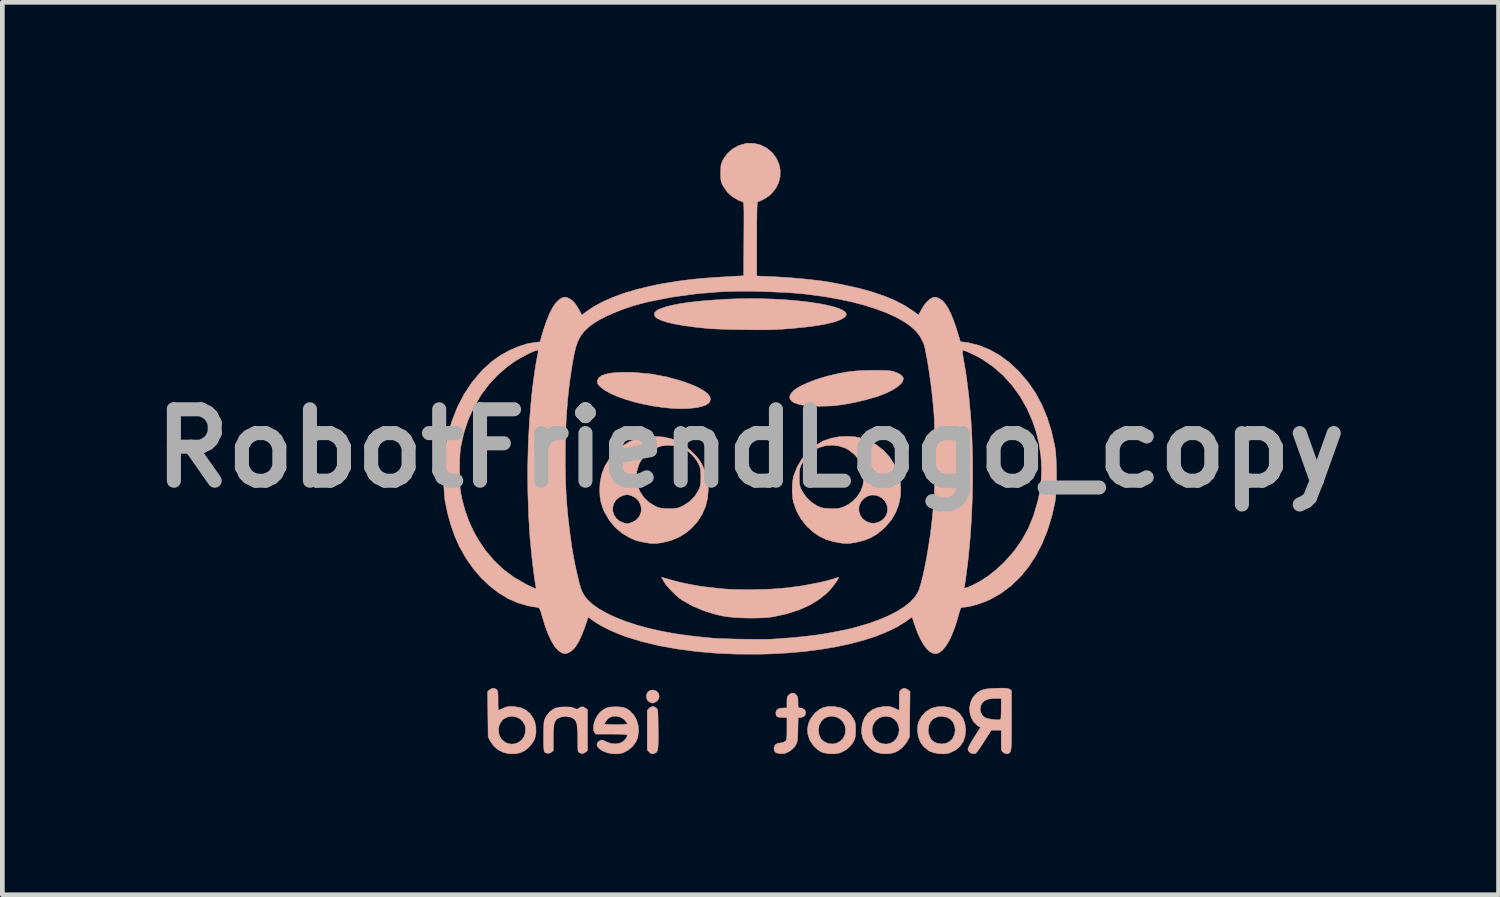
<source format=kicad_pcb>
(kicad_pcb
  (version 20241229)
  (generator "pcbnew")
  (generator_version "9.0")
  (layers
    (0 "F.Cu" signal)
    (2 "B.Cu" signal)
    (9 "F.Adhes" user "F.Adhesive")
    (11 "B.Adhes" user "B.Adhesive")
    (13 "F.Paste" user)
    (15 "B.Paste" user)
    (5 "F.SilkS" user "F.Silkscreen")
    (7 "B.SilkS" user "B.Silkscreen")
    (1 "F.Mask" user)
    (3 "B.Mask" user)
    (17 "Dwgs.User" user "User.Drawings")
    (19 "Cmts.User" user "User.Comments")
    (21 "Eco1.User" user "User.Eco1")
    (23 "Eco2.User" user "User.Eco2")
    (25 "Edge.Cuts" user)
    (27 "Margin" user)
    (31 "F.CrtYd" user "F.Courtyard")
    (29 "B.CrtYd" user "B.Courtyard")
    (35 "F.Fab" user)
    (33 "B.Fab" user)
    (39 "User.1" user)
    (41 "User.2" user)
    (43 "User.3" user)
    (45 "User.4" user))
  (footprint "RobotFriendLogo_copy"
    (layer "F.Cu")
    (at 12.961 7.47)
    (property "Reference" "RobotFriendLogo_copy" (at 0 -0.953 0) (layer "F.Fab") (effects (font (size 1.524 1.524) (thickness 0.3))))
    (attr through_hole)
    (fp_poly (pts (xy -1.696 4.554) (xy -1.763 4.569) (xy -1.809 4.594) (xy -1.814 4.6) (xy -1.841 4.643) (xy -1.84 4.681) (xy -1.813 4.723) (xy -1.791 4.744) (xy -1.763 4.756) (xy -1.72 4.762) (xy -1.664 4.763) (xy -1.56 4.773) (xy -1.483 4.801) (xy -1.432 4.848) (xy -1.411 4.89) (xy -1.403 4.932) (xy -1.396 5.003) (xy -1.392 5.098) (xy -1.39 5.213) (xy -1.389 5.231) (xy -1.389 5.336) (xy -1.388 5.411) (xy -1.385 5.463) (xy -1.38 5.497) (xy -1.373 5.518) (xy -1.362 5.532) (xy -1.351 5.54) (xy -1.301 5.564) (xy -1.255 5.558) (xy -1.213 5.532) (xy -1.168 5.497) (xy -1.168 5.061) (xy -1.169 4.915) (xy -1.17 4.801) (xy -1.173 4.715) (xy -1.177 4.654) (xy -1.183 4.615) (xy -1.19 4.597) (xy -1.232 4.566) (xy -1.286 4.557) (xy -1.34 4.571) (xy -1.354 4.581) (xy -1.38 4.6) (xy -1.402 4.605) (xy -1.432 4.597) (xy -1.47 4.581) (xy -1.54 4.559) (xy -1.619 4.551) (xy -1.696 4.554)) (stroke (width 0.01) (type solid)) (fill yes) (layer "F.Mask"))
    (fp_poly (pts (xy -0.665 4.161) (xy -0.767 4.162) (xy -0.844 4.163) (xy -0.9 4.166) (xy -0.94 4.17) (xy -0.967 4.176) (xy -0.986 4.183) (xy -1.001 4.194) (xy -1.005 4.196) (xy -1.042 4.243) (xy -1.047 4.294) (xy -1.02 4.344) (xy -1.016 4.348) (xy -1.003 4.359) (xy -0.986 4.367) (xy -0.96 4.373) (xy -0.922 4.377) (xy -0.866 4.38) (xy -0.787 4.381) (xy -0.681 4.381) (xy -0.618 4.381) (xy -0.254 4.381) (xy -0.254 4.754) (xy -0.522 4.754) (xy -0.625 4.754) (xy -0.699 4.756) (xy -0.75 4.759) (xy -0.783 4.765) (xy -0.804 4.773) (xy -0.818 4.785) (xy -0.819 4.785) (xy -0.843 4.835) (xy -0.841 4.891) (xy -0.813 4.94) (xy -0.797 4.953) (xy -0.777 4.962) (xy -0.746 4.968) (xy -0.699 4.972) (xy -0.631 4.974) (xy -0.535 4.974) (xy -0.516 4.974) (xy -0.254 4.974) (xy -0.254 5.497) (xy -0.209 5.532) (xy -0.169 5.559) (xy -0.134 5.563) (xy -0.089 5.549) (xy -0.054 5.522) (xy -0.033 5.488) (xy -0.028 5.458) (xy -0.024 5.395) (xy -0.022 5.302) (xy -0.02 5.18) (xy -0.02 5.031) (xy -0.02 4.857) (xy -0.021 4.835) (xy -0.025 4.226) (xy -0.065 4.194) (xy -0.08 4.184) (xy -0.098 4.176) (xy -0.125 4.17) (xy -0.165 4.166) (xy -0.221 4.164) (xy -0.298 4.162) (xy -0.401 4.162) (xy -0.533 4.161) (xy -0.665 4.161)) (stroke (width 0.01) (type solid)) (fill yes) (layer "F.Mask"))
    (fp_poly (pts (xy -2.14 4.211) (xy -2.187 4.243) (xy -2.215 4.293) (xy -2.218 4.323) (xy -2.213 4.386) (xy -2.192 4.427) (xy -2.152 4.457) (xy -2.149 4.458) (xy -2.109 4.477) (xy -2.08 4.48) (xy -2.049 4.471) (xy -1.992 4.436) (xy -1.957 4.386) (xy -1.947 4.33) (xy -1.961 4.275) (xy -2.001 4.229) (xy -2.019 4.219) (xy -2.082 4.201) (xy -2.14 4.211)) (stroke (width 0.01) (type solid)) (fill yes) (layer "B.SilkS"))
    (fp_poly (pts (xy -2.114 4.559) (xy -2.16 4.592) (xy -2.201 4.634) (xy -2.201 5.484) (xy -2.16 5.525) (xy -2.121 5.557) (xy -2.084 5.564) (xy -2.036 5.549) (xy -2.014 5.538) (xy -1.997 5.519) (xy -1.985 5.491) (xy -1.976 5.448) (xy -1.97 5.387) (xy -1.967 5.305) (xy -1.966 5.197) (xy -1.967 5.06) (xy -1.968 5.029) (xy -1.969 4.9) (xy -1.971 4.801) (xy -1.973 4.727) (xy -1.976 4.674) (xy -1.981 4.639) (xy -1.987 4.615) (xy -1.995 4.6) (xy -2.006 4.589) (xy -2.013 4.583) (xy -2.065 4.555) (xy -2.114 4.559)) (stroke (width 0.01) (type solid)) (fill yes) (layer "B.SilkS"))
    (fp_poly (pts (xy -2.832 -2.573) (xy -2.979 -2.559) (xy -3.095 -2.535) (xy -3.181 -2.502) (xy -3.237 -2.458) (xy -3.263 -2.404) (xy -3.265 -2.39) (xy -3.264 -2.353) (xy -3.252 -2.322) (xy -3.222 -2.286) (xy -3.194 -2.26) (xy -3.099 -2.189) (xy -2.975 -2.12) (xy -2.827 -2.056) (xy -2.659 -1.997) (xy -2.476 -1.943) (xy -2.283 -1.897) (xy -2.084 -1.858) (xy -1.884 -1.829) (xy -1.688 -1.809) (xy -1.501 -1.8) (xy -1.327 -1.804) (xy -1.171 -1.82) (xy -1.142 -1.825) (xy -1.031 -1.85) (xy -0.95 -1.879) (xy -0.895 -1.914) (xy -0.872 -1.942) (xy -0.852 -1.998) (xy -0.866 -2.057) (xy -0.912 -2.118) (xy -0.99 -2.18) (xy -1.1 -2.244) (xy -1.24 -2.307) (xy -1.411 -2.371) (xy -1.439 -2.381) (xy -1.785 -2.479) (xy -2.136 -2.543) (xy -2.494 -2.575) (xy -2.652 -2.578) (xy -2.832 -2.573)) (stroke (width 0.01) (type solid)) (fill yes) (layer "B.SilkS"))
    (fp_poly (pts (xy 2.423 -2.616) (xy 2.234 -2.604) (xy 2.056 -2.583) (xy 1.876 -2.55) (xy 1.683 -2.505) (xy 1.636 -2.493) (xy 1.487 -2.45) (xy 1.342 -2.4) (xy 1.208 -2.347) (xy 1.09 -2.292) (xy 0.994 -2.239) (xy 0.929 -2.192) (xy 0.868 -2.126) (xy 0.84 -2.066) (xy 0.843 -2.012) (xy 0.876 -1.965) (xy 0.939 -1.925) (xy 1.03 -1.894) (xy 1.148 -1.87) (xy 1.292 -1.857) (xy 1.461 -1.853) (xy 1.49 -1.853) (xy 1.574 -1.855) (xy 1.654 -1.857) (xy 1.718 -1.86) (xy 1.744 -1.861) (xy 1.903 -1.878) (xy 2.082 -1.906) (xy 2.271 -1.944) (xy 2.459 -1.989) (xy 2.637 -2.039) (xy 2.765 -2.081) (xy 2.904 -2.137) (xy 3.024 -2.196) (xy 3.123 -2.257) (xy 3.197 -2.318) (xy 3.245 -2.377) (xy 3.263 -2.432) (xy 3.26 -2.46) (xy 3.228 -2.507) (xy 3.166 -2.55) (xy 3.076 -2.587) (xy 3.068 -2.589) (xy 3.027 -2.6) (xy 2.98 -2.608) (xy 2.921 -2.614) (xy 2.845 -2.617) (xy 2.746 -2.619) (xy 2.633 -2.619) (xy 2.423 -2.616)) (stroke (width 0.01) (type solid)) (fill yes) (layer "B.SilkS"))
    (fp_poly (pts (xy 3.982 4.56) (xy 3.858 4.595) (xy 3.752 4.658) (xy 3.665 4.748) (xy 3.612 4.835) (xy 3.586 4.897) (xy 3.571 4.954) (xy 3.566 5.023) (xy 3.565 5.058) (xy 3.58 5.192) (xy 3.624 5.31) (xy 3.696 5.409) (xy 3.794 5.489) (xy 3.834 5.512) (xy 3.913 5.54) (xy 4.008 5.558) (xy 4.108 5.565) (xy 4.199 5.558) (xy 4.252 5.544) (xy 4.376 5.483) (xy 4.472 5.403) (xy 4.54 5.303) (xy 4.58 5.184) (xy 4.591 5.059) (xy 4.591 5.058) (xy 4.369 5.058) (xy 4.354 5.157) (xy 4.314 5.239) (xy 4.252 5.301) (xy 4.174 5.34) (xy 4.083 5.353) (xy 3.986 5.338) (xy 3.932 5.318) (xy 3.871 5.272) (xy 3.825 5.202) (xy 3.798 5.117) (xy 3.793 5.06) (xy 3.807 4.956) (xy 3.847 4.872) (xy 3.91 4.81) (xy 3.995 4.773) (xy 4.079 4.763) (xy 4.179 4.778) (xy 4.261 4.82) (xy 4.322 4.886) (xy 4.359 4.973) (xy 4.369 5.058) (xy 4.591 5.058) (xy 4.577 4.923) (xy 4.534 4.805) (xy 4.466 4.707) (xy 4.373 4.631) (xy 4.26 4.58) (xy 4.126 4.555) (xy 4.121 4.555) (xy 3.982 4.56)) (stroke (width 0.01) (type solid)) (fill yes) (layer "B.SilkS"))
    (fp_poly (pts (xy -0.22 -4.147) (xy -0.456 -4.139) (xy -0.474 -4.138) (xy -0.773 -4.12) (xy -1.044 -4.098) (xy -1.284 -4.072) (xy -1.495 -4.042) (xy -1.674 -4.007) (xy -1.822 -3.969) (xy -1.937 -3.926) (xy -2.005 -3.89) (xy -2.043 -3.849) (xy -2.05 -3.803) (xy -2.027 -3.757) (xy -1.994 -3.729) (xy -1.903 -3.686) (xy -1.779 -3.645) (xy -1.621 -3.608) (xy -1.429 -3.574) (xy -1.204 -3.543) (xy -0.946 -3.516) (xy -0.889 -3.51) (xy -0.818 -3.505) (xy -0.718 -3.501) (xy -0.597 -3.496) (xy -0.459 -3.492) (xy -0.31 -3.489) (xy -0.157 -3.486) (xy -0.005 -3.484) (xy 0.14 -3.483) (xy 0.273 -3.483) (xy 0.387 -3.484) (xy 0.457 -3.486) (xy 0.673 -3.496) (xy 0.907 -3.514) (xy 1.144 -3.538) (xy 1.37 -3.566) (xy 1.456 -3.579) (xy 1.615 -3.608) (xy 1.752 -3.641) (xy 1.866 -3.677) (xy 1.954 -3.716) (xy 2.014 -3.756) (xy 2.043 -3.796) (xy 2.046 -3.819) (xy 2.023 -3.861) (xy 1.969 -3.9) (xy 1.886 -3.938) (xy 1.777 -3.974) (xy 1.644 -4.007) (xy 1.49 -4.038) (xy 1.316 -4.065) (xy 1.126 -4.09) (xy 0.922 -4.11) (xy 0.707 -4.127) (xy 0.482 -4.139) (xy 0.251 -4.146) (xy 0.016 -4.149) (xy -0.22 -4.147)) (stroke (width 0.01) (type solid)) (fill yes) (layer "B.SilkS"))
    (fp_poly (pts (xy 1.656 4.555) (xy 1.557 4.576) (xy 1.469 4.619) (xy 1.384 4.689) (xy 1.371 4.702) (xy 1.289 4.806) (xy 1.237 4.92) (xy 1.217 5.039) (xy 1.228 5.159) (xy 1.269 5.276) (xy 1.342 5.384) (xy 1.372 5.417) (xy 1.436 5.476) (xy 1.493 5.514) (xy 1.554 5.539) (xy 1.558 5.54) (xy 1.668 5.561) (xy 1.784 5.564) (xy 1.891 5.548) (xy 1.934 5.534) (xy 2.05 5.472) (xy 2.143 5.385) (xy 2.194 5.31) (xy 2.218 5.264) (xy 2.232 5.223) (xy 2.24 5.177) (xy 2.243 5.116) (xy 2.244 5.06) (xy 2.032 5.06) (xy 2.017 5.155) (xy 1.976 5.236) (xy 1.915 5.297) (xy 1.838 5.338) (xy 1.752 5.354) (xy 1.661 5.344) (xy 1.572 5.303) (xy 1.571 5.303) (xy 1.505 5.245) (xy 1.466 5.17) (xy 1.451 5.074) (xy 1.451 5.057) (xy 1.465 4.958) (xy 1.506 4.875) (xy 1.568 4.812) (xy 1.646 4.772) (xy 1.737 4.76) (xy 1.811 4.771) (xy 1.902 4.811) (xy 1.972 4.876) (xy 2.016 4.96) (xy 2.032 5.059) (xy 2.032 5.06) (xy 2.244 5.06) (xy 2.244 5.059) (xy 2.243 4.98) (xy 2.238 4.925) (xy 2.229 4.882) (xy 2.211 4.841) (xy 2.194 4.808) (xy 2.121 4.704) (xy 2.031 4.628) (xy 1.922 4.579) (xy 1.793 4.556) (xy 1.776 4.554) (xy 1.656 4.555)) (stroke (width 0.01) (type solid)) (fill yes) (layer "B.SilkS"))
    (fp_poly (pts (xy -3.616 4.557) (xy -3.66 4.583) (xy -3.689 4.604) (xy -3.714 4.605) (xy -3.751 4.587) (xy -3.806 4.569) (xy -3.884 4.559) (xy -3.972 4.557) (xy -4.061 4.563) (xy -4.139 4.577) (xy -4.191 4.596) (xy -4.288 4.665) (xy -4.36 4.758) (xy -4.384 4.805) (xy -4.397 4.835) (xy -4.406 4.868) (xy -4.412 4.909) (xy -4.416 4.964) (xy -4.418 5.038) (xy -4.419 5.137) (xy -4.419 5.196) (xy -4.419 5.312) (xy -4.418 5.398) (xy -4.414 5.459) (xy -4.407 5.501) (xy -4.395 5.527) (xy -4.378 5.543) (xy -4.354 5.553) (xy -4.334 5.558) (xy -4.286 5.556) (xy -4.245 5.533) (xy -4.199 5.497) (xy -4.199 5.226) (xy -4.198 5.103) (xy -4.194 5.009) (xy -4.185 4.939) (xy -4.17 4.888) (xy -4.148 4.85) (xy -4.118 4.821) (xy -4.095 4.805) (xy -4.024 4.778) (xy -3.939 4.77) (xy -3.855 4.781) (xy -3.796 4.805) (xy -3.761 4.831) (xy -3.734 4.862) (xy -3.715 4.903) (xy -3.703 4.96) (xy -3.695 5.037) (xy -3.692 5.139) (xy -3.691 5.235) (xy -3.691 5.338) (xy -3.69 5.413) (xy -3.688 5.465) (xy -3.683 5.498) (xy -3.676 5.519) (xy -3.665 5.532) (xy -3.654 5.54) (xy -3.604 5.564) (xy -3.558 5.558) (xy -3.516 5.532) (xy -3.471 5.497) (xy -3.471 4.621) (xy -3.516 4.586) (xy -3.569 4.556) (xy -3.616 4.557)) (stroke (width 0) (type solid)) (fill yes) (layer "B.SilkS"))
    (fp_poly (pts (xy -1.85 1.881) (xy -1.808 1.945) (xy -1.745 2.021) (xy -1.669 2.102) (xy -1.588 2.18) (xy -1.508 2.247) (xy -1.454 2.286) (xy -1.235 2.41) (xy -0.992 2.513) (xy -0.726 2.593) (xy -0.597 2.622) (xy -0.482 2.64) (xy -0.343 2.654) (xy -0.189 2.663) (xy -0.028 2.667) (xy 0.132 2.666) (xy 0.282 2.661) (xy 0.413 2.65) (xy 0.502 2.637) (xy 0.782 2.574) (xy 1.034 2.493) (xy 1.258 2.394) (xy 1.453 2.277) (xy 1.621 2.143) (xy 1.64 2.124) (xy 1.69 2.073) (xy 1.739 2.016) (xy 1.785 1.957) (xy 1.826 1.901) (xy 1.857 1.853) (xy 1.877 1.816) (xy 1.881 1.796) (xy 1.867 1.797) (xy 1.862 1.8) (xy 1.832 1.812) (xy 1.775 1.83) (xy 1.7 1.852) (xy 1.614 1.875) (xy 1.524 1.897) (xy 1.465 1.91) (xy 1.129 1.975) (xy 0.793 2.021) (xy 0.448 2.049) (xy 0.083 2.061) (xy -0.008 2.062) (xy -0.132 2.061) (xy -0.256 2.059) (xy -0.372 2.055) (xy -0.473 2.051) (xy -0.55 2.046) (xy -0.562 2.045) (xy -0.723 2.029) (xy -0.865 2.013) (xy -0.985 1.999) (xy -1.078 1.987) (xy -1.135 1.977) (xy -1.194 1.966) (xy -1.267 1.952) (xy -1.321 1.942) (xy -1.412 1.923) (xy -1.522 1.898) (xy -1.637 1.869) (xy -1.743 1.84) (xy -1.816 1.819) (xy -1.897 1.794) (xy -1.85 1.881)) (stroke (width 0.01) (type solid)) (fill yes) (layer "B.SilkS"))
    (fp_poly (pts (xy 0.831 4.295) (xy 0.82 4.305) (xy 0.798 4.331) (xy 0.785 4.362) (xy 0.78 4.408) (xy 0.779 4.465) (xy 0.779 4.585) (xy 0.698 4.585) (xy 0.619 4.594) (xy 0.568 4.622) (xy 0.544 4.669) (xy 0.542 4.692) (xy 0.548 4.74) (xy 0.57 4.77) (xy 0.614 4.784) (xy 0.681 4.788) (xy 0.779 4.788) (xy 0.779 5.025) (xy 0.779 5.12) (xy 0.777 5.188) (xy 0.773 5.233) (xy 0.766 5.263) (xy 0.756 5.283) (xy 0.745 5.296) (xy 0.693 5.324) (xy 0.645 5.33) (xy 0.575 5.342) (xy 0.527 5.376) (xy 0.504 5.428) (xy 0.502 5.446) (xy 0.51 5.493) (xy 0.529 5.527) (xy 0.566 5.547) (xy 0.624 5.558) (xy 0.688 5.561) (xy 0.745 5.552) (xy 0.749 5.551) (xy 0.849 5.502) (xy 0.93 5.429) (xy 0.961 5.383) (xy 0.979 5.351) (xy 0.992 5.321) (xy 1 5.286) (xy 1.006 5.24) (xy 1.01 5.176) (xy 1.012 5.088) (xy 1.013 5.046) (xy 1.019 4.788) (xy 1.076 4.788) (xy 1.132 4.774) (xy 1.168 4.736) (xy 1.179 4.683) (xy 1.176 4.662) (xy 1.148 4.614) (xy 1.097 4.588) (xy 1.059 4.585) (xy 1.037 4.583) (xy 1.024 4.573) (xy 1.018 4.547) (xy 1.016 4.498) (xy 1.016 4.468) (xy 1.014 4.398) (xy 1.004 4.35) (xy 0.986 4.315) (xy 0.981 4.308) (xy 0.935 4.271) (xy 0.884 4.267) (xy 0.831 4.295)) (stroke (width 0.01) (type solid)) (fill yes) (layer "B.SilkS"))
    (fp_poly (pts (xy -5.518 4.17) (xy -5.561 4.197) (xy -5.607 4.233) (xy -5.602 4.718) (xy -5.596 5.203) (xy -5.551 5.29) (xy -5.477 5.396) (xy -5.382 5.478) (xy -5.27 5.534) (xy -5.146 5.563) (xy -5.015 5.562) (xy -4.904 5.539) (xy -4.824 5.501) (xy -4.744 5.438) (xy -4.672 5.361) (xy -4.618 5.277) (xy -4.598 5.23) (xy -4.575 5.114) (xy -4.575 5.1) (xy -4.799 5.1) (xy -4.825 5.188) (xy -4.874 5.261) (xy -4.94 5.316) (xy -5.018 5.349) (xy -5.104 5.357) (xy -5.194 5.336) (xy -5.243 5.311) (xy -5.312 5.251) (xy -5.356 5.174) (xy -5.376 5.087) (xy -5.372 4.998) (xy -5.343 4.914) (xy -5.29 4.841) (xy -5.253 4.811) (xy -5.169 4.772) (xy -5.08 4.762) (xy -4.994 4.778) (xy -4.916 4.817) (xy -4.853 4.877) (xy -4.811 4.954) (xy -4.8 5.001) (xy -4.799 5.1) (xy -4.575 5.1) (xy -4.577 4.991) (xy -4.603 4.873) (xy -4.632 4.807) (xy -4.704 4.703) (xy -4.793 4.628) (xy -4.902 4.579) (xy -5.033 4.556) (xy -5.049 4.554) (xy -5.121 4.552) (xy -5.175 4.556) (xy -5.223 4.569) (xy -5.275 4.591) (xy -5.326 4.614) (xy -5.364 4.63) (xy -5.378 4.635) (xy -5.381 4.62) (xy -5.383 4.576) (xy -5.384 4.512) (xy -5.385 4.433) (xy -5.385 4.425) (xy -5.385 4.337) (xy -5.387 4.276) (xy -5.391 4.237) (xy -5.399 4.212) (xy -5.411 4.197) (xy -5.422 4.188) (xy -5.472 4.164) (xy -5.518 4.17)) (stroke (width 0.01) (type solid)) (fill yes) (layer "B.SilkS"))
    (fp_poly (pts (xy 3.26 4.167) (xy 3.215 4.194) (xy 3.198 4.209) (xy 3.187 4.228) (xy 3.18 4.256) (xy 3.176 4.3) (xy 3.175 4.367) (xy 3.175 4.431) (xy 3.175 4.51) (xy 3.174 4.574) (xy 3.174 4.618) (xy 3.173 4.635) (xy 3.173 4.635) (xy 3.158 4.629) (xy 3.12 4.612) (xy 3.074 4.591) (xy 3.017 4.568) (xy 2.969 4.555) (xy 2.914 4.552) (xy 2.847 4.554) (xy 2.712 4.577) (xy 2.597 4.626) (xy 2.504 4.7) (xy 2.434 4.796) (xy 2.39 4.914) (xy 2.374 5.019) (xy 2.376 5.139) (xy 2.399 5.24) (xy 2.449 5.331) (xy 2.523 5.417) (xy 2.588 5.476) (xy 2.645 5.514) (xy 2.706 5.539) (xy 2.71 5.54) (xy 2.831 5.562) (xy 2.957 5.561) (xy 3.07 5.538) (xy 3.161 5.493) (xy 3.247 5.423) (xy 3.32 5.337) (xy 3.349 5.29) (xy 3.395 5.203) (xy 3.397 5.049) (xy 3.174 5.049) (xy 3.16 5.149) (xy 3.12 5.233) (xy 3.06 5.298) (xy 2.983 5.34) (xy 2.896 5.357) (xy 2.803 5.345) (xy 2.741 5.32) (xy 2.671 5.266) (xy 2.623 5.193) (xy 2.598 5.108) (xy 2.597 5.019) (xy 2.621 4.933) (xy 2.672 4.858) (xy 2.672 4.857) (xy 2.749 4.797) (xy 2.833 4.766) (xy 2.918 4.762) (xy 3 4.782) (xy 3.071 4.825) (xy 3.128 4.889) (xy 3.164 4.971) (xy 3.174 5.049) (xy 3.397 5.049) (xy 3.4 4.718) (xy 3.405 4.233) (xy 3.36 4.197) (xy 3.307 4.167) (xy 3.26 4.167)) (stroke (width 0.01) (type solid)) (fill yes) (layer "B.SilkS"))
    (fp_poly (pts (xy -2.976 4.564) (xy -3.058 4.581) (xy -3.127 4.613) (xy -3.192 4.663) (xy -3.214 4.684) (xy -3.267 4.751) (xy -3.309 4.832) (xy -3.338 4.917) (xy -3.35 4.998) (xy -3.344 5.067) (xy -3.329 5.101) (xy -3.301 5.143) (xy -2.963 5.143) (xy -2.843 5.144) (xy -2.754 5.145) (xy -2.691 5.148) (xy -2.652 5.154) (xy -2.632 5.165) (xy -2.628 5.181) (xy -2.637 5.204) (xy -2.654 5.234) (xy -2.657 5.238) (xy -2.712 5.298) (xy -2.787 5.337) (xy -2.876 5.352) (xy -2.972 5.344) (xy -3.067 5.311) (xy -3.077 5.306) (xy -3.129 5.28) (xy -3.163 5.27) (xy -3.19 5.273) (xy -3.211 5.282) (xy -3.259 5.318) (xy -3.276 5.362) (xy -3.263 5.409) (xy -3.22 5.457) (xy -3.149 5.504) (xy -3.141 5.508) (xy -3.045 5.543) (xy -2.937 5.562) (xy -2.83 5.564) (xy -2.736 5.548) (xy -2.721 5.543) (xy -2.608 5.485) (xy -2.513 5.404) (xy -2.442 5.305) (xy -2.404 5.212) (xy -2.386 5.091) (xy -2.394 4.967) (xy -2.406 4.924) (xy -2.625 4.924) (xy -2.641 4.93) (xy -2.687 4.935) (xy -2.758 4.939) (xy -2.851 4.94) (xy -2.87 4.94) (xy -2.957 4.939) (xy -3.03 4.937) (xy -3.084 4.934) (xy -3.113 4.93) (xy -3.116 4.928) (xy -3.105 4.9) (xy -3.079 4.861) (xy -3.047 4.822) (xy -3.02 4.797) (xy -2.947 4.765) (xy -2.864 4.759) (xy -2.781 4.778) (xy -2.707 4.82) (xy -2.677 4.848) (xy -2.646 4.887) (xy -2.627 4.916) (xy -2.625 4.924) (xy -2.406 4.924) (xy -2.427 4.848) (xy -2.483 4.745) (xy -2.508 4.713) (xy -2.577 4.644) (xy -2.644 4.599) (xy -2.72 4.572) (xy -2.814 4.561) (xy -2.87 4.56) (xy -2.976 4.564)) (stroke (width 0.01) (type solid)) (fill yes) (layer "B.SilkS"))
    (fp_poly (pts (xy 5.277 4.164) (xy 5.245 4.165) (xy 5.126 4.17) (xy 5.034 4.18) (xy 4.961 4.196) (xy 4.901 4.221) (xy 4.848 4.256) (xy 4.803 4.294) (xy 4.736 4.378) (xy 4.694 4.476) (xy 4.677 4.582) (xy 4.683 4.69) (xy 4.712 4.792) (xy 4.764 4.884) (xy 4.838 4.957) (xy 4.862 4.973) (xy 4.908 5.001) (xy 4.774 5.212) (xy 4.726 5.289) (xy 4.686 5.359) (xy 4.657 5.415) (xy 4.641 5.452) (xy 4.64 5.46) (xy 4.655 5.507) (xy 4.692 5.543) (xy 4.742 5.561) (xy 4.794 5.557) (xy 4.806 5.552) (xy 4.826 5.532) (xy 4.86 5.488) (xy 4.904 5.426) (xy 4.954 5.351) (xy 4.989 5.296) (xy 5.139 5.059) (xy 5.351 5.059) (xy 5.351 5.278) (xy 5.351 5.367) (xy 5.353 5.43) (xy 5.356 5.47) (xy 5.363 5.497) (xy 5.375 5.514) (xy 5.392 5.529) (xy 5.396 5.532) (xy 5.437 5.559) (xy 5.472 5.564) (xy 5.503 5.555) (xy 5.52 5.548) (xy 5.534 5.538) (xy 5.545 5.522) (xy 5.554 5.496) (xy 5.56 5.458) (xy 5.565 5.404) (xy 5.568 5.331) (xy 5.57 5.236) (xy 5.571 5.115) (xy 5.571 4.966) (xy 5.571 4.853) (xy 5.571 4.381) (xy 5.351 4.381) (xy 5.351 4.599) (xy 5.35 4.682) (xy 5.347 4.752) (xy 5.344 4.803) (xy 5.339 4.828) (xy 5.338 4.829) (xy 5.313 4.837) (xy 5.264 4.838) (xy 5.201 4.833) (xy 5.133 4.825) (xy 5.07 4.813) (xy 5.021 4.799) (xy 5.006 4.792) (xy 4.946 4.74) (xy 4.91 4.671) (xy 4.902 4.594) (xy 4.921 4.518) (xy 4.948 4.474) (xy 4.999 4.428) (xy 5.067 4.398) (xy 5.159 4.384) (xy 5.223 4.381) (xy 5.351 4.381) (xy 5.571 4.381) (xy 5.571 4.213) (xy 5.529 4.185) (xy 5.507 4.174) (xy 5.476 4.167) (xy 5.432 4.163) (xy 5.368 4.162) (xy 5.277 4.164)) (stroke (width 0.01) (type solid)) (fill yes) (layer "B.SilkS"))
    (fp_poly (pts (xy 1.887 -1.201) (xy 1.72 -1.169) (xy 1.567 -1.117) (xy 1.527 -1.098) (xy 1.365 -0.997) (xy 1.22 -0.871) (xy 1.096 -0.723) (xy 0.998 -0.559) (xy 0.928 -0.383) (xy 0.921 -0.358) (xy 0.901 -0.253) (xy 0.892 -0.128) (xy 0.893 0.001) (xy 0.904 0.122) (xy 0.919 0.199) (xy 0.984 0.381) (xy 1.078 0.55) (xy 1.197 0.7) (xy 1.22 0.724) (xy 1.346 0.836) (xy 1.471 0.922) (xy 1.607 0.986) (xy 1.76 1.033) (xy 1.871 1.056) (xy 1.965 1.07) (xy 2.042 1.076) (xy 2.116 1.073) (xy 2.202 1.061) (xy 2.244 1.054) (xy 2.417 1.012) (xy 2.567 0.953) (xy 2.704 0.872) (xy 2.836 0.763) (xy 2.878 0.724) (xy 3.003 0.577) (xy 3.099 0.415) (xy 3.134 0.325) (xy 2.927 0.325) (xy 2.921 0.409) (xy 2.891 0.488) (xy 2.836 0.557) (xy 2.758 0.611) (xy 2.707 0.631) (xy 2.627 0.646) (xy 2.548 0.636) (xy 2.469 0.604) (xy 2.394 0.548) (xy 2.341 0.472) (xy 2.314 0.385) (xy 2.316 0.292) (xy 2.321 0.271) (xy 2.361 0.182) (xy 2.424 0.112) (xy 2.502 0.064) (xy 2.59 0.041) (xy 2.682 0.047) (xy 2.709 0.055) (xy 2.8 0.102) (xy 2.866 0.166) (xy 2.909 0.242) (xy 2.927 0.325) (xy 3.134 0.325) (xy 3.166 0.24) (xy 3.202 0.057) (xy 3.207 -0.13) (xy 3.195 -0.234) (xy 3.178 -0.304) (xy 2.419 -0.304) (xy 2.399 -0.162) (xy 2.353 -0.038) (xy 2.277 0.075) (xy 2.25 0.106) (xy 2.178 0.178) (xy 2.109 0.231) (xy 2.029 0.275) (xy 1.983 0.295) (xy 1.934 0.314) (xy 1.889 0.325) (xy 1.836 0.331) (xy 1.766 0.332) (xy 1.71 0.331) (xy 1.626 0.327) (xy 1.565 0.322) (xy 1.517 0.312) (xy 1.47 0.294) (xy 1.419 0.271) (xy 1.303 0.196) (xy 1.199 0.097) (xy 1.115 -0.021) (xy 1.09 -0.068) (xy 1.068 -0.116) (xy 1.054 -0.159) (xy 1.047 -0.207) (xy 1.043 -0.271) (xy 1.043 -0.343) (xy 1.044 -0.425) (xy 1.047 -0.483) (xy 1.055 -0.528) (xy 1.07 -0.57) (xy 1.093 -0.618) (xy 1.097 -0.626) (xy 1.173 -0.75) (xy 1.26 -0.847) (xy 1.328 -0.9) (xy 1.455 -0.968) (xy 1.595 -1.009) (xy 1.739 -1.022) (xy 1.882 -1.006) (xy 2.017 -0.963) (xy 2.098 -0.919) (xy 2.221 -0.822) (xy 2.316 -0.708) (xy 2.38 -0.578) (xy 2.414 -0.433) (xy 2.419 -0.304) (xy 3.178 -0.304) (xy 3.147 -0.429) (xy 3.071 -0.609) (xy 2.969 -0.769) (xy 2.841 -0.909) (xy 2.691 -1.027) (xy 2.521 -1.118) (xy 2.391 -1.166) (xy 2.232 -1.2) (xy 2.062 -1.211) (xy 1.887 -1.201)) (stroke (width 0.01) (type solid)) (fill yes) (layer "B.SilkS"))
    (fp_poly (pts (xy -2.064 -1.208) (xy -2.253 -1.196) (xy -2.422 -1.161) (xy -2.576 -1.1) (xy -2.722 -1.011) (xy -2.864 -0.892) (xy -2.881 -0.876) (xy -3.009 -0.731) (xy -3.106 -0.574) (xy -3.172 -0.404) (xy -3.208 -0.219) (xy -3.216 -0.072) (xy -3.209 0.075) (xy -3.187 0.204) (xy -3.146 0.329) (xy -3.111 0.408) (xy -3.01 0.582) (xy -2.886 0.731) (xy -2.739 0.856) (xy -2.591 0.944) (xy -2.521 0.978) (xy -2.462 1.003) (xy -2.403 1.022) (xy -2.333 1.038) (xy -2.244 1.055) (xy -2.151 1.07) (xy -2.075 1.076) (xy -2.002 1.074) (xy -1.917 1.063) (xy -1.871 1.055) (xy -1.683 1.008) (xy -1.514 0.936) (xy -1.358 0.836) (xy -1.267 0.759) (xy -1.136 0.617) (xy -1.032 0.458) (xy -0.958 0.287) (xy -0.914 0.108) (xy -0.899 -0.078) (xy -0.916 -0.264) (xy -0.936 -0.343) (xy -1.058 -0.343) (xy -1.059 -0.259) (xy -1.063 -0.198) (xy -1.072 -0.15) (xy -1.087 -0.105) (xy -1.106 -0.064) (xy -1.184 0.065) (xy -1.289 0.174) (xy -1.417 0.261) (xy -1.488 0.295) (xy -1.537 0.314) (xy -1.583 0.325) (xy -1.636 0.331) (xy -1.706 0.332) (xy -1.761 0.331) (xy -1.847 0.327) (xy -1.876 0.324) (xy -2.327 0.324) (xy -2.334 0.411) (xy -2.366 0.493) (xy -2.427 0.565) (xy -2.443 0.578) (xy -2.51 0.617) (xy -2.589 0.646) (xy -2.625 0.655) (xy -2.645 0.651) (xy -2.685 0.642) (xy -2.701 0.637) (xy -2.794 0.598) (xy -2.864 0.538) (xy -2.912 0.466) (xy -2.936 0.385) (xy -2.937 0.301) (xy -2.914 0.22) (xy -2.868 0.148) (xy -2.797 0.088) (xy -2.719 0.053) (xy -2.664 0.038) (xy -2.624 0.034) (xy -2.582 0.042) (xy -2.543 0.054) (xy -2.456 0.098) (xy -2.389 0.162) (xy -2.346 0.24) (xy -2.327 0.324) (xy -1.876 0.324) (xy -1.909 0.321) (xy -1.958 0.311) (xy -2.004 0.293) (xy -2.035 0.279) (xy -2.168 0.196) (xy -2.277 0.09) (xy -2.36 -0.037) (xy -2.415 -0.179) (xy -2.436 -0.323) (xy -2.424 -0.468) (xy -2.377 -0.613) (xy -2.344 -0.682) (xy -2.267 -0.788) (xy -2.163 -0.881) (xy -2.034 -0.958) (xy -2.032 -0.959) (xy -1.901 -1.004) (xy -1.76 -1.021) (xy -1.615 -1.011) (xy -1.477 -0.974) (xy -1.381 -0.929) (xy -1.301 -0.869) (xy -1.22 -0.788) (xy -1.149 -0.697) (xy -1.104 -0.618) (xy -1.083 -0.569) (xy -1.069 -0.524) (xy -1.062 -0.474) (xy -1.059 -0.407) (xy -1.058 -0.343) (xy -0.936 -0.343) (xy -0.964 -0.449) (xy -1.019 -0.58) (xy -1.059 -0.656) (xy -1.103 -0.722) (xy -1.157 -0.788) (xy -1.23 -0.864) (xy -1.235 -0.868) (xy -1.38 -0.996) (xy -1.53 -1.092) (xy -1.688 -1.158) (xy -1.86 -1.196) (xy -2.052 -1.208) (xy -2.064 -1.208)) (stroke (width 0.01) (type solid)) (fill yes) (layer "B.SilkS"))
    (fp_poly (pts (xy -0.096 -7.459) (xy -0.24 -7.419) (xy -0.37 -7.35) (xy -0.48 -7.257) (xy -0.566 -7.142) (xy -0.589 -7.1) (xy -0.61 -7.053) (xy -0.624 -7.011) (xy -0.631 -6.963) (xy -0.634 -6.899) (xy -0.635 -6.828) (xy -0.634 -6.747) (xy -0.631 -6.69) (xy -0.623 -6.646) (xy -0.609 -6.606) (xy -0.586 -6.56) (xy -0.578 -6.545) (xy -0.496 -6.425) (xy -0.392 -6.328) (xy -0.263 -6.252) (xy -0.165 -6.213) (xy -0.158 -6.209) (xy -0.152 -6.2) (xy -0.148 -6.183) (xy -0.144 -6.156) (xy -0.141 -6.115) (xy -0.139 -6.058) (xy -0.138 -5.981) (xy -0.138 -5.883) (xy -0.138 -5.759) (xy -0.139 -5.607) (xy -0.14 -5.424) (xy -0.14 -5.419) (xy -0.144 -4.636) (xy -0.373 -4.624) (xy -0.682 -4.606) (xy -0.963 -4.586) (xy -1.214 -4.563) (xy -1.433 -4.537) (xy -1.62 -4.51) (xy -1.628 -4.508) (xy -1.704 -4.495) (xy -1.785 -4.482) (xy -1.829 -4.475) (xy -1.899 -4.463) (xy -1.97 -4.449) (xy -1.998 -4.444) (xy -2.064 -4.429) (xy -2.137 -4.414) (xy -2.159 -4.409) (xy -2.437 -4.342) (xy -2.698 -4.263) (xy -2.939 -4.175) (xy -3.156 -4.079) (xy -3.348 -3.975) (xy -3.509 -3.865) (xy -3.529 -3.85) (xy -3.596 -3.796) (xy -3.648 -3.894) (xy -3.708 -3.997) (xy -3.765 -4.073) (xy -3.823 -4.125) (xy -3.87 -4.153) (xy -3.921 -4.175) (xy -3.958 -4.18) (xy -3.999 -4.172) (xy -4.005 -4.17) (xy -4.079 -4.13) (xy -4.151 -4.058) (xy -4.221 -3.956) (xy -4.29 -3.821) (xy -4.357 -3.653) (xy -4.424 -3.453) (xy -4.462 -3.321) (xy -4.488 -3.226) (xy -4.594 -3.215) (xy -4.763 -3.186) (xy -4.941 -3.13) (xy -5.133 -3.048) (xy -5.141 -3.044) (xy -5.339 -2.934) (xy -5.519 -2.806) (xy -5.69 -2.652) (xy -5.746 -2.594) (xy -5.939 -2.365) (xy -6.107 -2.112) (xy -6.25 -1.837) (xy -6.367 -1.54) (xy -6.46 -1.221) (xy -6.506 -1.003) (xy -6.521 -0.894) (xy -6.533 -0.759) (xy -6.541 -0.607) (xy -6.545 -0.445) (xy -6.545 -0.282) (xy -6.54 -0.126) (xy -6.532 0.016) (xy -6.52 0.135) (xy -6.514 0.174) (xy -6.46 0.432) (xy -6.391 0.683) (xy -6.308 0.919) (xy -6.214 1.132) (xy -6.208 1.144) (xy -6.072 1.385) (xy -5.918 1.606) (xy -5.749 1.805) (xy -5.565 1.98) (xy -5.371 2.13) (xy -5.168 2.252) (xy -4.958 2.344) (xy -4.744 2.405) (xy -4.678 2.418) (xy -4.614 2.428) (xy -4.56 2.437) (xy -4.528 2.443) (xy -4.511 2.452) (xy -4.494 2.475) (xy -4.477 2.518) (xy -4.456 2.586) (xy -4.445 2.624) (xy -4.381 2.835) (xy -4.314 3.015) (xy -4.244 3.163) (xy -4.172 3.278) (xy -4.098 3.361) (xy -4.022 3.41) (xy -4.006 3.416) (xy -3.962 3.426) (xy -3.922 3.422) (xy -3.873 3.403) (xy -3.8 3.355) (xy -3.73 3.277) (xy -3.662 3.168) (xy -3.596 3.026) (xy -3.53 2.852) (xy -3.524 2.835) (xy -3.461 2.645) (xy -3.352 2.726) (xy -3.248 2.794) (xy -3.118 2.866) (xy -2.97 2.938) (xy -2.811 3.006) (xy -2.65 3.066) (xy -2.647 3.067) (xy -2.312 3.169) (xy -1.95 3.256) (xy -1.563 3.326) (xy -1.156 3.38) (xy -0.73 3.417) (xy -0.288 3.436) (xy 0.166 3.438) (xy 0.415 3.432) (xy 0.789 3.412) (xy 1.151 3.38) (xy 1.497 3.336) (xy 1.827 3.28) (xy 2.137 3.213) (xy 2.425 3.137) (xy 2.69 3.05) (xy 2.928 2.954) (xy 3.138 2.85) (xy 3.317 2.738) (xy 3.32 2.735) (xy 3.449 2.643) (xy 3.505 2.814) (xy 3.565 2.979) (xy 3.63 3.122) (xy 3.699 3.24) (xy 3.77 3.331) (xy 3.841 3.393) (xy 3.894 3.418) (xy 3.945 3.428) (xy 3.988 3.421) (xy 4.02 3.408) (xy 4.091 3.358) (xy 4.162 3.276) (xy 4.231 3.166) (xy 4.297 3.029) (xy 4.36 2.869) (xy 4.417 2.687) (xy 4.437 2.612) (xy 4.457 2.544) (xy 4.475 2.489) (xy 4.49 2.454) (xy 4.495 2.447) (xy 4.523 2.438) (xy 4.566 2.434) (xy 4.632 2.427) (xy 4.721 2.408) (xy 4.824 2.38) (xy 4.932 2.344) (xy 5.036 2.305) (xy 5.123 2.266) (xy 5.351 2.136) (xy 5.562 1.977) (xy 5.756 1.791) (xy 5.931 1.579) (xy 6.087 1.341) (xy 6.223 1.08) (xy 6.338 0.795) (xy 6.432 0.49) (xy 6.498 0.199) (xy 6.51 0.11) (xy 6.519 -0.006) (xy 6.526 -0.141) (xy 6.529 -0.288) (xy 6.53 -0.44) (xy 6.528 -0.531) (xy 6.213 -0.531) (xy 6.204 -0.284) (xy 6.197 -0.224) (xy 6.185 -0.125) (xy 6.175 -0.051) (xy 6.166 0.01) (xy 6.155 0.065) (xy 6.142 0.126) (xy 6.129 0.179) (xy 6.044 0.474) (xy 5.932 0.748) (xy 5.792 1.003) (xy 5.624 1.241) (xy 5.427 1.463) (xy 5.412 1.478) (xy 5.235 1.642) (xy 5.062 1.778) (xy 4.885 1.891) (xy 4.758 1.958) (xy 4.668 1.999) (xy 4.605 2.022) (xy 4.569 2.026) (xy 4.558 2.012) (xy 4.561 2.004) (xy 4.566 1.988) (xy 4.571 1.966) (xy 4.577 1.931) (xy 4.585 1.877) (xy 4.596 1.798) (xy 4.605 1.74) (xy 4.652 1.353) (xy 4.689 0.945) (xy 4.717 0.522) (xy 4.735 0.09) (xy 4.742 -0.344) (xy 4.74 -0.688) (xy 3.935 -0.688) (xy 3.934 -0.512) (xy 3.932 -0.342) (xy 3.929 -0.185) (xy 3.926 -0.046) (xy 3.921 0.071) (xy 3.915 0.16) (xy 3.914 0.174) (xy 3.898 0.343) (xy 3.885 0.485) (xy 3.873 0.603) (xy 3.862 0.703) (xy 3.851 0.789) (xy 3.841 0.868) (xy 3.834 0.919) (xy 3.796 1.163) (xy 3.758 1.386) (xy 3.719 1.587) (xy 3.681 1.762) (xy 3.644 1.91) (xy 3.608 2.029) (xy 3.576 2.112) (xy 3.511 2.217) (xy 3.414 2.321) (xy 3.288 2.423) (xy 3.134 2.521) (xy 2.955 2.614) (xy 2.753 2.701) (xy 2.53 2.781) (xy 2.288 2.853) (xy 2.252 2.863) (xy 2.178 2.882) (xy 2.112 2.898) (xy 2.064 2.909) (xy 2.049 2.913) (xy 2.012 2.92) (xy 1.954 2.932) (xy 1.885 2.946) (xy 1.871 2.948) (xy 1.716 2.979) (xy 1.565 3.005) (xy 1.412 3.028) (xy 1.253 3.048) (xy 1.082 3.067) (xy 0.893 3.085) (xy 0.68 3.102) (xy 0.457 3.117) (xy 0.398 3.12) (xy 0.31 3.121) (xy 0.2 3.121) (xy 0.074 3.12) (xy -0.063 3.119) (xy -0.204 3.117) (xy -0.344 3.114) (xy -0.477 3.11) (xy -0.598 3.106) (xy -0.7 3.102) (xy -0.777 3.097) (xy -0.796 3.096) (xy -1.061 3.071) (xy -1.298 3.044) (xy -1.516 3.014) (xy -1.72 2.981) (xy -1.919 2.942) (xy -2.117 2.898) (xy -2.213 2.875) (xy -2.445 2.81) (xy -2.665 2.737) (xy -2.868 2.657) (xy -3.053 2.571) (xy -3.214 2.481) (xy -3.35 2.388) (xy -3.457 2.294) (xy -3.502 2.244) (xy -3.551 2.177) (xy -3.588 2.111) (xy -3.618 2.035) (xy -3.646 1.94) (xy -3.656 1.901) (xy -3.697 1.732) (xy -3.729 1.587) (xy -3.757 1.457) (xy -3.78 1.333) (xy -3.801 1.206) (xy -3.809 1.156) (xy -3.852 0.852) (xy -3.887 0.567) (xy -3.913 0.294) (xy -3.932 0.022) (xy -3.944 -0.259) (xy -3.95 -0.557) (xy -3.951 -0.766) (xy -3.946 -1.198) (xy -3.929 -1.605) (xy -3.9 -1.992) (xy -3.858 -2.367) (xy -3.803 -2.735) (xy -3.766 -2.942) (xy -3.744 -3.038) (xy -4.526 -3.038) (xy -4.53 -3.002) (xy -4.531 -2.999) (xy -4.541 -2.943) (xy -4.554 -2.881) (xy -4.555 -2.874) (xy -4.569 -2.804) (xy -4.585 -2.706) (xy -4.603 -2.588) (xy -4.621 -2.457) (xy -4.639 -2.32) (xy -4.656 -2.183) (xy -4.67 -2.053) (xy -4.673 -2.028) (xy -4.713 -1.545) (xy -4.74 -1.048) (xy -4.752 -0.542) (xy -4.749 -0.036) (xy -4.733 0.464) (xy -4.703 0.95) (xy -4.658 1.415) (xy -4.638 1.579) (xy -4.623 1.693) (xy -4.609 1.8) (xy -4.595 1.893) (xy -4.584 1.965) (xy -4.578 1.998) (xy -4.574 2.03) (xy -4.587 2.037) (xy -4.611 2.029) (xy -4.645 2.014) (xy -4.699 1.989) (xy -4.765 1.957) (xy -4.794 1.942) (xy -5.041 1.8) (xy -5.269 1.631) (xy -5.475 1.435) (xy -5.661 1.214) (xy -5.823 0.969) (xy -5.918 0.794) (xy -6.01 0.591) (xy -6.084 0.384) (xy -6.146 0.161) (xy -6.183 -0.013) (xy -6.192 -0.082) (xy -6.199 -0.177) (xy -6.203 -0.292) (xy -6.206 -0.419) (xy -6.206 -0.55) (xy -6.204 -0.679) (xy -6.199 -0.797) (xy -6.192 -0.898) (xy -6.183 -0.975) (xy -6.183 -0.978) (xy -6.116 -1.279) (xy -6.021 -1.565) (xy -5.899 -1.835) (xy -5.752 -2.086) (xy -5.58 -2.317) (xy -5.386 -2.525) (xy -5.17 -2.71) (xy -5.04 -2.802) (xy -4.956 -2.854) (xy -4.863 -2.907) (xy -4.769 -2.956) (xy -4.682 -2.999) (xy -4.608 -3.03) (xy -4.564 -3.045) (xy -4.536 -3.05) (xy -4.526 -3.038) (xy -3.744 -3.038) (xy -3.728 -3.105) (xy -3.681 -3.242) (xy -3.62 -3.357) (xy -3.541 -3.458) (xy -3.441 -3.551) (xy -3.337 -3.627) (xy -3.215 -3.701) (xy -3.066 -3.777) (xy -2.897 -3.851) (xy -2.716 -3.922) (xy -2.529 -3.986) (xy -2.343 -4.04) (xy -2.166 -4.083) (xy -2.134 -4.09) (xy -2.097 -4.097) (xy -2.039 -4.109) (xy -1.97 -4.122) (xy -1.956 -4.125) (xy -1.841 -4.148) (xy -1.749 -4.166) (xy -1.672 -4.179) (xy -1.599 -4.191) (xy -1.52 -4.202) (xy -1.516 -4.202) (xy -1.428 -4.214) (xy -1.333 -4.227) (xy -1.255 -4.238) (xy -1.17 -4.249) (xy -1.076 -4.259) (xy -1.01 -4.265) (xy -0.938 -4.27) (xy -0.848 -4.278) (xy -0.753 -4.285) (xy -0.711 -4.289) (xy -0.561 -4.298) (xy -0.383 -4.304) (xy -0.184 -4.306) (xy 0.03 -4.305) (xy 0.252 -4.3) (xy 0.477 -4.292) (xy 0.697 -4.282) (xy 0.907 -4.269) (xy 1.1 -4.253) (xy 1.245 -4.237) (xy 1.57 -4.193) (xy 1.878 -4.139) (xy 2.168 -4.077) (xy 2.438 -4.006) (xy 2.685 -3.928) (xy 2.909 -3.844) (xy 3.108 -3.753) (xy 3.28 -3.656) (xy 3.424 -3.554) (xy 3.538 -3.449) (xy 3.621 -3.339) (xy 3.645 -3.295) (xy 3.668 -3.247) (xy 3.686 -3.214) (xy 3.692 -3.205) (xy 3.701 -3.183) (xy 3.714 -3.135) (xy 3.73 -3.064) (xy 3.747 -2.978) (xy 3.765 -2.883) (xy 3.783 -2.783) (xy 3.791 -2.731) (xy 3.816 -2.573) (xy 3.836 -2.435) (xy 3.853 -2.308) (xy 3.868 -2.184) (xy 3.882 -2.054) (xy 3.896 -1.908) (xy 3.912 -1.739) (xy 3.915 -1.706) (xy 3.92 -1.62) (xy 3.925 -1.506) (xy 3.929 -1.368) (xy 3.932 -1.213) (xy 3.934 -1.044) (xy 3.935 -0.868) (xy 3.935 -0.688) (xy 4.74 -0.688) (xy 4.739 -0.773) (xy 4.726 -1.192) (xy 4.703 -1.593) (xy 4.669 -1.971) (xy 4.656 -2.087) (xy 4.647 -2.164) (xy 4.638 -2.241) (xy 4.631 -2.299) (xy 4.619 -2.396) (xy 4.603 -2.51) (xy 4.586 -2.623) (xy 4.572 -2.705) (xy 4.551 -2.825) (xy 4.536 -2.915) (xy 4.527 -2.979) (xy 4.523 -3.02) (xy 4.524 -3.041) (xy 4.526 -3.046) (xy 4.546 -3.045) (xy 4.59 -3.03) (xy 4.652 -3.005) (xy 4.725 -2.972) (xy 4.803 -2.934) (xy 4.88 -2.894) (xy 4.949 -2.854) (xy 5.179 -2.696) (xy 5.391 -2.51) (xy 5.582 -2.3) (xy 5.751 -2.067) (xy 5.897 -1.812) (xy 6.018 -1.539) (xy 6.096 -1.308) (xy 6.158 -1.052) (xy 6.197 -0.79) (xy 6.213 -0.531) (xy 6.528 -0.531) (xy 6.527 -0.591) (xy 6.522 -0.731) (xy 6.513 -0.856) (xy 6.502 -0.956) (xy 6.497 -0.986) (xy 6.425 -1.311) (xy 6.332 -1.609) (xy 6.218 -1.884) (xy 6.082 -2.137) (xy 5.922 -2.369) (xy 5.739 -2.584) (xy 5.718 -2.606) (xy 5.525 -2.786) (xy 5.321 -2.937) (xy 5.109 -3.057) (xy 4.891 -3.147) (xy 4.668 -3.204) (xy 4.58 -3.218) (xy 4.479 -3.23) (xy 4.457 -3.306) (xy 4.394 -3.511) (xy 4.334 -3.684) (xy 4.276 -3.828) (xy 4.218 -3.944) (xy 4.16 -4.034) (xy 4.1 -4.101) (xy 4.038 -4.146) (xy 4.018 -4.156) (xy 3.965 -4.176) (xy 3.925 -4.179) (xy 3.887 -4.17) (xy 3.828 -4.137) (xy 3.765 -4.079) (xy 3.702 -4.002) (xy 3.648 -3.912) (xy 3.641 -3.9) (xy 3.589 -3.796) (xy 3.492 -3.87) (xy 3.313 -3.989) (xy 3.102 -4.1) (xy 2.863 -4.201) (xy 2.596 -4.292) (xy 2.4 -4.347) (xy 2.317 -4.368) (xy 2.239 -4.387) (xy 2.159 -4.405) (xy 2.071 -4.424) (xy 1.968 -4.445) (xy 1.844 -4.47) (xy 1.736 -4.491) (xy 1.616 -4.512) (xy 1.468 -4.532) (xy 1.3 -4.552) (xy 1.116 -4.571) (xy 0.924 -4.588) (xy 0.731 -4.603) (xy 0.541 -4.614) (xy 0.419 -4.62) (xy 0.135 -4.632) (xy 0.135 -5.425) (xy 0.136 -5.617) (xy 0.136 -5.778) (xy 0.137 -5.91) (xy 0.139 -6.014) (xy 0.141 -6.095) (xy 0.144 -6.153) (xy 0.147 -6.191) (xy 0.152 -6.213) (xy 0.157 -6.219) (xy 0.199 -6.229) (xy 0.258 -6.256) (xy 0.325 -6.294) (xy 0.39 -6.338) (xy 0.444 -6.383) (xy 0.446 -6.385) (xy 0.537 -6.496) (xy 0.6 -6.619) (xy 0.633 -6.75) (xy 0.636 -6.883) (xy 0.61 -7.016) (xy 0.555 -7.141) (xy 0.471 -7.256) (xy 0.454 -7.274) (xy 0.344 -7.362) (xy 0.22 -7.425) (xy 0.087 -7.46) (xy -0.047 -7.465) (xy -0.096 -7.459)) (stroke (width 0.01) (type solid)) (fill yes) (layer "B.SilkS")))
  (gr_rect
    (start -3 -3)
    (end 28.923 16.04)
    (stroke (width 0.1) (type default))
    (fill no)
    (layer "Edge.Cuts")))
</source>
